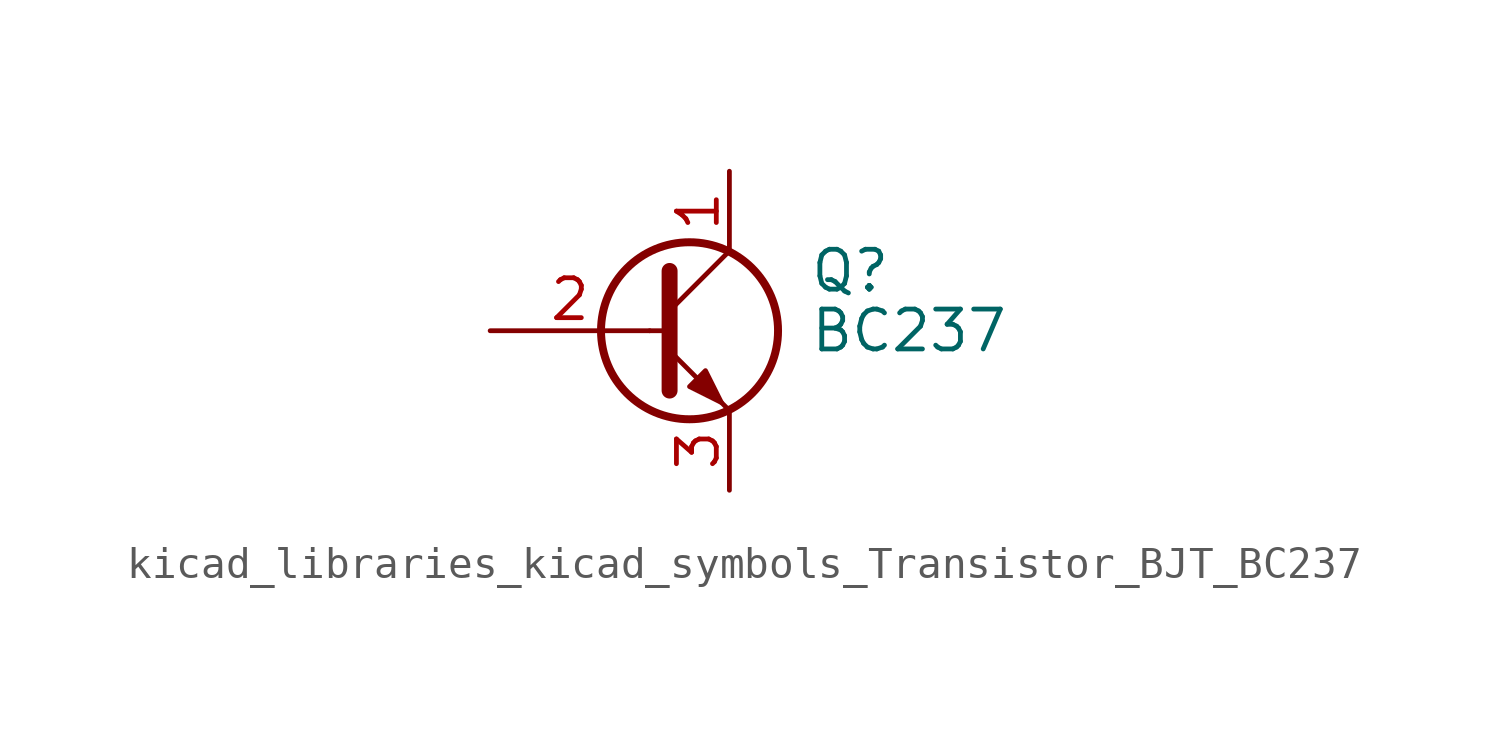
<source format=kicad_sym>
(kicad_symbol_lib
  (version 20220914)
  (generator kicad_symbol_editor)
  (symbol "kicad_libraries_kicad_symbols_Transistor_BJT_BC237"
    (pin_names
      (offset 0) hide)
    (property "Reference" "Q"
      (at 5.08 1.905 0)
      (effects (font (size 1.27 1.27)) (justify left)))
    (property "Value" "BC237"
      (at 5.08 0 0)
      (effects (font (size 1.27 1.27)) (justify left)))
    (symbol "kicad_libraries_kicad_symbols_Transistor_BJT_BC237_0_1"
      (polyline (pts (xy 0 0) (xy 0.635 0)) (stroke (width 0) (type default)) (fill (type none)))
      (polyline (pts (xy 0.635 0.635) (xy 2.54 2.54)) (stroke (width 0) (type default)) (fill (type none)))
      (polyline (pts (xy 0.635 -0.635) (xy 2.54 -2.54) (xy 2.54 -2.54)) (stroke (width 0) (type default)) (fill (type none)))
      (polyline (pts (xy 0.635 1.905) (xy 0.635 -1.905) (xy 0.635 -1.905)) (stroke (width 0.508) (type default)) (fill (type none)))
      (polyline (pts (xy 1.27 -1.778) (xy 1.778 -1.27) (xy 2.286 -2.286) (xy 1.27 -1.778) (xy 1.27 -1.778)) (stroke (width 0) (type default)) (fill (type outline)))
      (circle (center 1.27 0) (radius 2.819) (stroke (width 0.254) (type default)) (fill (type none))))
    (symbol "kicad_libraries_kicad_symbols_Transistor_BJT_BC237_1_1"
      (pin passive line (at 2.54 5.08 270) (length 2.54) (name "C" (effects (font (size 1.27 1.27)))) (number "1" (effects (font (size 1.27 1.27)))))
      (pin input line (at -5.08 0 0) (length 5.08) (name "B" (effects (font (size 1.27 1.27)))) (number "2" (effects (font (size 1.27 1.27)))))
      (pin passive line (at 2.54 -5.08 90) (length 2.54) (name "E" (effects (font (size 1.27 1.27)))) (number "3" (effects (font (size 1.27 1.27))))))))
</source>
